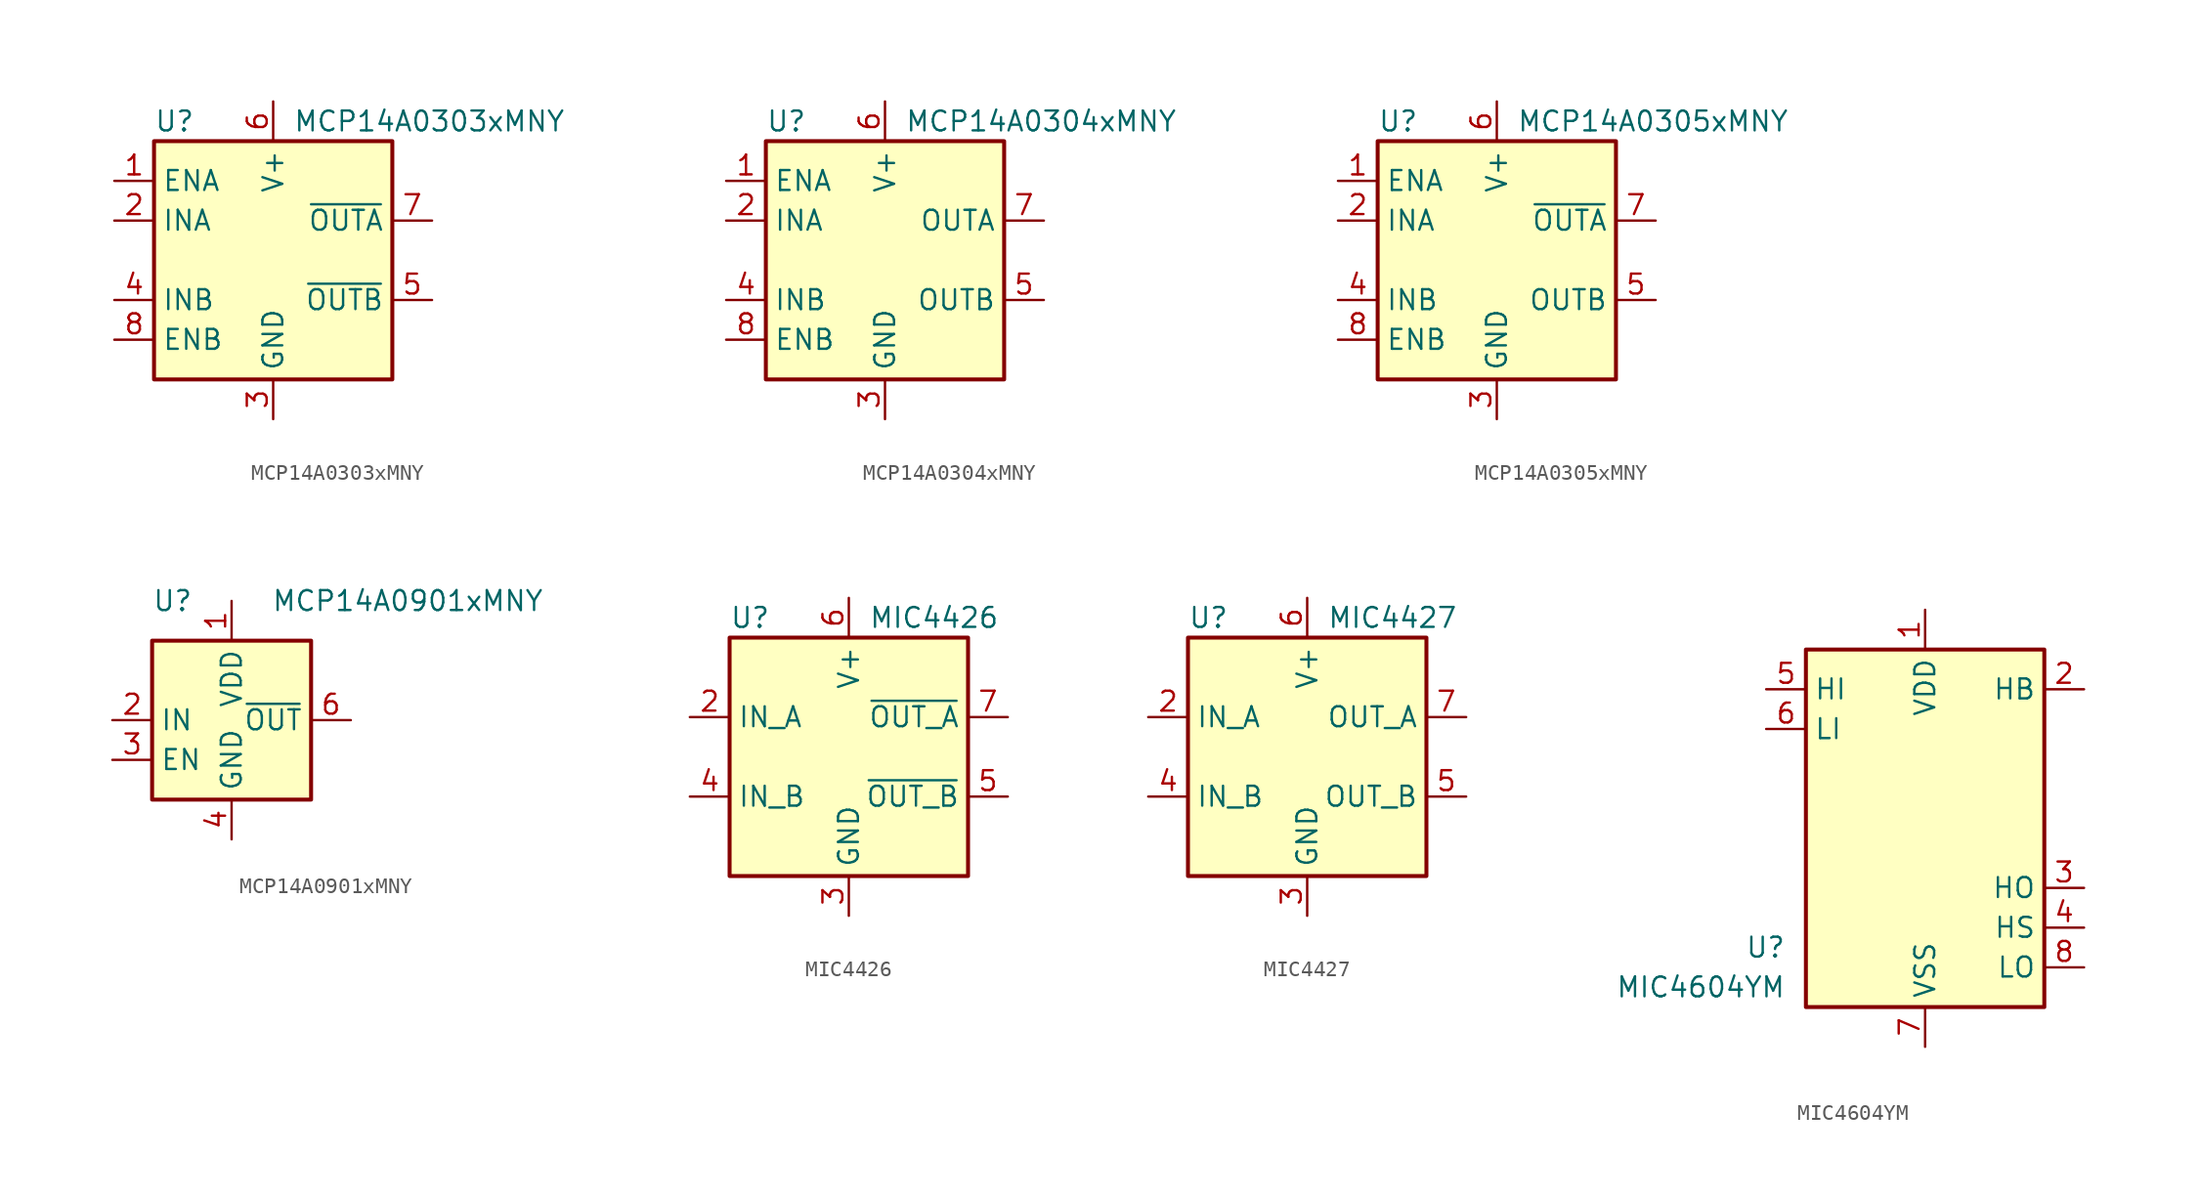
<source format=kicad_sym>
(kicad_symbol_lib
  (version 20220914)
  (generator kicad_symbol_editor)
  (symbol "MCP14A0303xMNY"
    (property "Reference" "U"
      (at -7.62 8.89 0)
      (effects (font (size 1.27 1.27)) (justify left)))
    (property "Value" "MCP14A0303xMNY"
      (at 1.27 8.89 0)
      (effects (font (size 1.27 1.27)) (justify left)))
    (symbol "MCP14A0303xMNY_0_1"
      (rectangle (start -7.62 -7.62) (end 7.62 7.62) (stroke (width 0.254) (type default)) (fill (type background))))
    (symbol "MCP14A0303xMNY_1_1"
      (pin input line (at -10.16 5.08 0) (length 2.54) (name "ENA" (effects (font (size 1.27 1.27)))) (number "1" (effects (font (size 1.27 1.27)))))
      (pin input line (at -10.16 2.54 0) (length 2.54) (name "INA" (effects (font (size 1.27 1.27)))) (number "2" (effects (font (size 1.27 1.27)))))
      (pin power_in line (at 0 -10.16 90) (length 2.54) (name "GND" (effects (font (size 1.27 1.27)))) (number "3" (effects (font (size 1.27 1.27)))))
      (pin input line (at -10.16 -2.54 0) (length 2.54) (name "INB" (effects (font (size 1.27 1.27)))) (number "4" (effects (font (size 1.27 1.27)))))
      (pin output line (at 10.16 -2.54 180) (length 2.54) (name "~{OUTB}" (effects (font (size 1.27 1.27)))) (number "5" (effects (font (size 1.27 1.27)))))
      (pin power_in line (at 0 10.16 270) (length 2.54) (name "V+" (effects (font (size 1.27 1.27)))) (number "6" (effects (font (size 1.27 1.27)))))
      (pin output line (at 10.16 2.54 180) (length 2.54) (name "~{OUTA}" (effects (font (size 1.27 1.27)))) (number "7" (effects (font (size 1.27 1.27)))))
      (pin input line (at -10.16 -5.08 0) (length 2.54) (name "ENB" (effects (font (size 1.27 1.27)))) (number "8" (effects (font (size 1.27 1.27)))))
      (pin passive line (at 0 -10.16 90) (length 2.54) hide (name "GND" (effects (font (size 1.27 1.27)))) (number "9" (effects (font (size 1.27 1.27)))))))
  (symbol "MCP14A0304xMNY"
    (property "Reference" "U"
      (at -7.62 8.89 0)
      (effects (font (size 1.27 1.27)) (justify left)))
    (property "Value" "MCP14A0304xMNY"
      (at 1.27 8.89 0)
      (effects (font (size 1.27 1.27)) (justify left)))
    (symbol "MCP14A0304xMNY_0_1"
      (rectangle (start -7.62 -7.62) (end 7.62 7.62) (stroke (width 0.254) (type default)) (fill (type background))))
    (symbol "MCP14A0304xMNY_1_1"
      (pin input line (at -10.16 5.08 0) (length 2.54) (name "ENA" (effects (font (size 1.27 1.27)))) (number "1" (effects (font (size 1.27 1.27)))))
      (pin input line (at -10.16 2.54 0) (length 2.54) (name "INA" (effects (font (size 1.27 1.27)))) (number "2" (effects (font (size 1.27 1.27)))))
      (pin power_in line (at 0 -10.16 90) (length 2.54) (name "GND" (effects (font (size 1.27 1.27)))) (number "3" (effects (font (size 1.27 1.27)))))
      (pin input line (at -10.16 -2.54 0) (length 2.54) (name "INB" (effects (font (size 1.27 1.27)))) (number "4" (effects (font (size 1.27 1.27)))))
      (pin output line (at 10.16 -2.54 180) (length 2.54) (name "OUTB" (effects (font (size 1.27 1.27)))) (number "5" (effects (font (size 1.27 1.27)))))
      (pin power_in line (at 0 10.16 270) (length 2.54) (name "V+" (effects (font (size 1.27 1.27)))) (number "6" (effects (font (size 1.27 1.27)))))
      (pin output line (at 10.16 2.54 180) (length 2.54) (name "OUTA" (effects (font (size 1.27 1.27)))) (number "7" (effects (font (size 1.27 1.27)))))
      (pin input line (at -10.16 -5.08 0) (length 2.54) (name "ENB" (effects (font (size 1.27 1.27)))) (number "8" (effects (font (size 1.27 1.27)))))
      (pin passive line (at 0 -10.16 90) (length 2.54) hide (name "GND" (effects (font (size 1.27 1.27)))) (number "9" (effects (font (size 1.27 1.27)))))))
  (symbol "MCP14A0305xMNY"
    (property "Reference" "U"
      (at -7.62 8.89 0)
      (effects (font (size 1.27 1.27)) (justify left)))
    (property "Value" "MCP14A0305xMNY"
      (at 1.27 8.89 0)
      (effects (font (size 1.27 1.27)) (justify left)))
    (symbol "MCP14A0305xMNY_0_1"
      (rectangle (start -7.62 -7.62) (end 7.62 7.62) (stroke (width 0.254) (type default)) (fill (type background))))
    (symbol "MCP14A0305xMNY_1_1"
      (pin input line (at -10.16 5.08 0) (length 2.54) (name "ENA" (effects (font (size 1.27 1.27)))) (number "1" (effects (font (size 1.27 1.27)))))
      (pin input line (at -10.16 2.54 0) (length 2.54) (name "INA" (effects (font (size 1.27 1.27)))) (number "2" (effects (font (size 1.27 1.27)))))
      (pin power_in line (at 0 -10.16 90) (length 2.54) (name "GND" (effects (font (size 1.27 1.27)))) (number "3" (effects (font (size 1.27 1.27)))))
      (pin input line (at -10.16 -2.54 0) (length 2.54) (name "INB" (effects (font (size 1.27 1.27)))) (number "4" (effects (font (size 1.27 1.27)))))
      (pin output line (at 10.16 -2.54 180) (length 2.54) (name "OUTB" (effects (font (size 1.27 1.27)))) (number "5" (effects (font (size 1.27 1.27)))))
      (pin power_in line (at 0 10.16 270) (length 2.54) (name "V+" (effects (font (size 1.27 1.27)))) (number "6" (effects (font (size 1.27 1.27)))))
      (pin output line (at 10.16 2.54 180) (length 2.54) (name "~{OUTA}" (effects (font (size 1.27 1.27)))) (number "7" (effects (font (size 1.27 1.27)))))
      (pin input line (at -10.16 -5.08 0) (length 2.54) (name "ENB" (effects (font (size 1.27 1.27)))) (number "8" (effects (font (size 1.27 1.27)))))
      (pin passive line (at 0 -10.16 90) (length 2.54) hide (name "GND" (effects (font (size 1.27 1.27)))) (number "9" (effects (font (size 1.27 1.27)))))))
  (symbol "MCP14A0901xMNY"
    (property "Reference" "U"
      (at -5.08 7.62 0)
      (effects (font (size 1.27 1.27)) (justify left)))
    (property "Value" "MCP14A0901xMNY"
      (at 2.54 7.62 0)
      (effects (font (size 1.27 1.27)) (justify left)))
    (symbol "MCP14A0901xMNY_0_1"
      (rectangle (start -5.08 -5.08) (end 5.08 5.08) (stroke (width 0.254) (type default)) (fill (type background))))
    (symbol "MCP14A0901xMNY_1_1"
      (pin power_in line (at 0 7.62 270) (length 2.54) (name "VDD" (effects (font (size 1.27 1.27)))) (number "1" (effects (font (size 1.27 1.27)))))
      (pin input line (at -7.62 0 0) (length 2.54) (name "IN" (effects (font (size 1.27 1.27)))) (number "2" (effects (font (size 1.27 1.27)))))
      (pin input line (at -7.62 -2.54 0) (length 2.54) (name "EN" (effects (font (size 1.27 1.27)))) (number "3" (effects (font (size 1.27 1.27)))))
      (pin power_in line (at 0 -7.62 90) (length 2.54) (name "GND" (effects (font (size 1.27 1.27)))) (number "4" (effects (font (size 1.27 1.27)))))
      (pin passive line (at 0 -7.62 90) (length 2.54) hide (name "GND" (effects (font (size 1.27 1.27)))) (number "5" (effects (font (size 1.27 1.27)))))
      (pin output line (at 7.62 0 180) (length 2.54) (name "~{OUT}" (effects (font (size 1.27 1.27)))) (number "6" (effects (font (size 1.27 1.27)))))
      (pin passive line (at 7.62 0 180) (length 2.54) hide (name "~{OUT}" (effects (font (size 1.27 1.27)))) (number "7" (effects (font (size 1.27 1.27)))))
      (pin passive line (at 0 7.62 270) (length 2.54) hide (name "VDD" (effects (font (size 1.27 1.27)))) (number "8" (effects (font (size 1.27 1.27)))))
      (pin passive line (at 0 -7.62 90) (length 2.54) hide (name "GND" (effects (font (size 1.27 1.27)))) (number "9" (effects (font (size 1.27 1.27)))))))
  (symbol "MIC4426"
    (property "Reference" "U"
      (at -7.62 8.89 0)
      (effects (font (size 1.27 1.27)) (justify left)))
    (property "Value" "MIC4426"
      (at 1.27 8.89 0)
      (effects (font (size 1.27 1.27)) (justify left)))
    (symbol "MIC4426_0_1"
      (rectangle (start -7.62 -7.62) (end 7.62 7.62) (stroke (width 0.254) (type default)) (fill (type background))))
    (symbol "MIC4426_1_1"
      (pin no_connect line (at -7.62 0 0) (length 2.54) hide (name "NC" (effects (font (size 1.27 1.27)))) (number "1" (effects (font (size 1.27 1.27)))))
      (pin input line (at -10.16 2.54 0) (length 2.54) (name "IN_A" (effects (font (size 1.27 1.27)))) (number "2" (effects (font (size 1.27 1.27)))))
      (pin power_in line (at 0 -10.16 90) (length 2.54) (name "GND" (effects (font (size 1.27 1.27)))) (number "3" (effects (font (size 1.27 1.27)))))
      (pin input line (at -10.16 -2.54 0) (length 2.54) (name "IN_B" (effects (font (size 1.27 1.27)))) (number "4" (effects (font (size 1.27 1.27)))))
      (pin output line (at 10.16 -2.54 180) (length 2.54) (name "~{OUT_B}" (effects (font (size 1.27 1.27)))) (number "5" (effects (font (size 1.27 1.27)))))
      (pin power_in line (at 0 10.16 270) (length 2.54) (name "V+" (effects (font (size 1.27 1.27)))) (number "6" (effects (font (size 1.27 1.27)))))
      (pin output line (at 10.16 2.54 180) (length 2.54) (name "~{OUT_A}" (effects (font (size 1.27 1.27)))) (number "7" (effects (font (size 1.27 1.27)))))
      (pin no_connect line (at 7.62 0 180) (length 2.54) hide (name "NC" (effects (font (size 1.27 1.27)))) (number "8" (effects (font (size 1.27 1.27)))))))
  (symbol "MIC4427"
    (property "Reference" "U"
      (at -7.62 8.89 0)
      (effects (font (size 1.27 1.27)) (justify left)))
    (property "Value" "MIC4427"
      (at 1.27 8.89 0)
      (effects (font (size 1.27 1.27)) (justify left)))
    (symbol "MIC4427_0_1"
      (rectangle (start -7.62 -7.62) (end 7.62 7.62) (stroke (width 0.254) (type default)) (fill (type background))))
    (symbol "MIC4427_1_1"
      (pin no_connect line (at -7.62 0 0) (length 2.54) hide (name "NC" (effects (font (size 1.27 1.27)))) (number "1" (effects (font (size 1.27 1.27)))))
      (pin input line (at -10.16 2.54 0) (length 2.54) (name "IN_A" (effects (font (size 1.27 1.27)))) (number "2" (effects (font (size 1.27 1.27)))))
      (pin power_in line (at 0 -10.16 90) (length 2.54) (name "GND" (effects (font (size 1.27 1.27)))) (number "3" (effects (font (size 1.27 1.27)))))
      (pin input line (at -10.16 -2.54 0) (length 2.54) (name "IN_B" (effects (font (size 1.27 1.27)))) (number "4" (effects (font (size 1.27 1.27)))))
      (pin output line (at 10.16 -2.54 180) (length 2.54) (name "OUT_B" (effects (font (size 1.27 1.27)))) (number "5" (effects (font (size 1.27 1.27)))))
      (pin power_in line (at 0 10.16 270) (length 2.54) (name "V+" (effects (font (size 1.27 1.27)))) (number "6" (effects (font (size 1.27 1.27)))))
      (pin output line (at 10.16 2.54 180) (length 2.54) (name "OUT_A" (effects (font (size 1.27 1.27)))) (number "7" (effects (font (size 1.27 1.27)))))
      (pin no_connect line (at 7.62 0 180) (length 2.54) hide (name "NC" (effects (font (size 1.27 1.27)))) (number "8" (effects (font (size 1.27 1.27)))))))
  (symbol "MIC4604YM"
    (property "Reference" "U"
      (at -8.89 -8.89 0)
      (effects (font (size 1.27 1.27)) (justify right)))
    (property "Value" "MIC4604YM"
      (at -8.89 -11.43 0)
      (effects (font (size 1.27 1.27)) (justify right)))
    (symbol "MIC4604YM_0_1"
      (rectangle (start -7.62 -12.7) (end 7.62 10.16) (stroke (width 0.254) (type default)) (fill (type background))))
    (symbol "MIC4604YM_1_1"
      (pin power_in line (at 0 12.7 270) (length 2.54) (name "VDD" (effects (font (size 1.27 1.27)))) (number "1" (effects (font (size 1.27 1.27)))))
      (pin passive line (at 10.16 7.62 180) (length 2.54) (name "HB" (effects (font (size 1.27 1.27)))) (number "2" (effects (font (size 1.27 1.27)))))
      (pin output line (at 10.16 -5.08 180) (length 2.54) (name "HO" (effects (font (size 1.27 1.27)))) (number "3" (effects (font (size 1.27 1.27)))))
      (pin passive line (at 10.16 -7.62 180) (length 2.54) (name "HS" (effects (font (size 1.27 1.27)))) (number "4" (effects (font (size 1.27 1.27)))))
      (pin input line (at -10.16 7.62 0) (length 2.54) (name "HI" (effects (font (size 1.27 1.27)))) (number "5" (effects (font (size 1.27 1.27)))))
      (pin input line (at -10.16 5.08 0) (length 2.54) (name "LI" (effects (font (size 1.27 1.27)))) (number "6" (effects (font (size 1.27 1.27)))))
      (pin power_in line (at 0 -15.24 90) (length 2.54) (name "VSS" (effects (font (size 1.27 1.27)))) (number "7" (effects (font (size 1.27 1.27)))))
      (pin output line (at 10.16 -10.16 180) (length 2.54) (name "LO" (effects (font (size 1.27 1.27)))) (number "8" (effects (font (size 1.27 1.27))))))))
</source>
